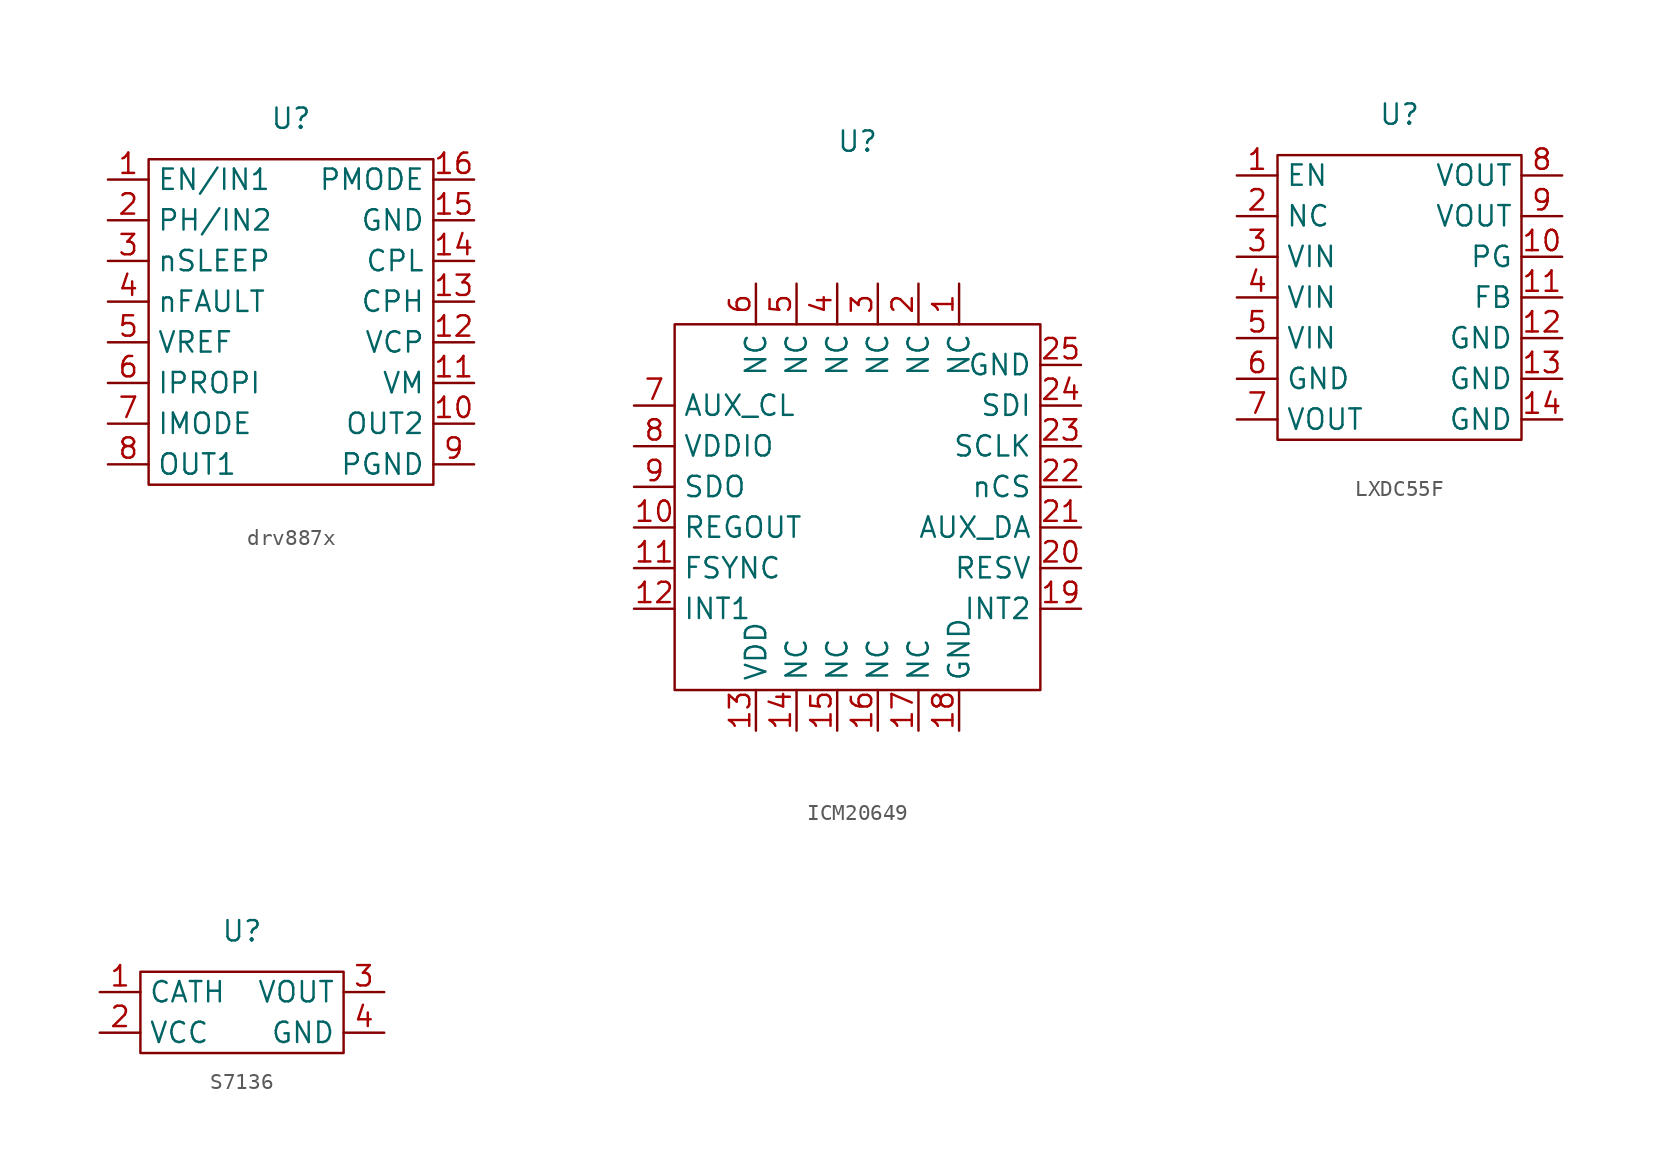
<source format=kicad_sym>
(kicad_symbol_lib
  (version 20220914)
  (generator kicad_symbol_editor)
  (symbol "drv887x"
    (property "Reference" "U"
      (at 0 12.7 0)
      (effects (font (size 1.27 1.27))))
    (property "Value" ""
      (at 0 0 0)
      (effects (font (size 1.27 1.27))))
    (symbol "drv887x_0_1"
      (rectangle (start -8.89 10.16) (end 8.89 -10.16) (stroke (width 0) (type default)) (fill (type none))))
    (symbol "drv887x_1_1"
      (pin passive line (at -11.43 8.89 0) (length 2.54) (name "EN/IN1" (effects (font (size 1.27 1.27)))) (number "1" (effects (font (size 1.27 1.27)))))
      (pin passive line (at 11.43 -6.35 180) (length 2.54) (name "OUT2" (effects (font (size 1.27 1.27)))) (number "10" (effects (font (size 1.27 1.27)))))
      (pin passive line (at 11.43 -3.81 180) (length 2.54) (name "VM" (effects (font (size 1.27 1.27)))) (number "11" (effects (font (size 1.27 1.27)))))
      (pin passive line (at 11.43 -1.27 180) (length 2.54) (name "VCP" (effects (font (size 1.27 1.27)))) (number "12" (effects (font (size 1.27 1.27)))))
      (pin passive line (at 11.43 1.27 180) (length 2.54) (name "CPH" (effects (font (size 1.27 1.27)))) (number "13" (effects (font (size 1.27 1.27)))))
      (pin passive line (at 11.43 3.81 180) (length 2.54) (name "CPL" (effects (font (size 1.27 1.27)))) (number "14" (effects (font (size 1.27 1.27)))))
      (pin passive line (at 11.43 6.35 180) (length 2.54) (name "GND" (effects (font (size 1.27 1.27)))) (number "15" (effects (font (size 1.27 1.27)))))
      (pin passive line (at 11.43 8.89 180) (length 2.54) (name "PMODE" (effects (font (size 1.27 1.27)))) (number "16" (effects (font (size 1.27 1.27)))))
      (pin passive line (at -11.43 6.35 0) (length 2.54) (name "PH/IN2" (effects (font (size 1.27 1.27)))) (number "2" (effects (font (size 1.27 1.27)))))
      (pin passive line (at -11.43 3.81 0) (length 2.54) (name "nSLEEP" (effects (font (size 1.27 1.27)))) (number "3" (effects (font (size 1.27 1.27)))))
      (pin passive line (at -11.43 1.27 0) (length 2.54) (name "nFAULT" (effects (font (size 1.27 1.27)))) (number "4" (effects (font (size 1.27 1.27)))))
      (pin passive line (at -11.43 -1.27 0) (length 2.54) (name "VREF" (effects (font (size 1.27 1.27)))) (number "5" (effects (font (size 1.27 1.27)))))
      (pin passive line (at -11.43 -3.81 0) (length 2.54) (name "IPROPI" (effects (font (size 1.27 1.27)))) (number "6" (effects (font (size 1.27 1.27)))))
      (pin passive line (at -11.43 -6.35 0) (length 2.54) (name "IMODE" (effects (font (size 1.27 1.27)))) (number "7" (effects (font (size 1.27 1.27)))))
      (pin passive line (at -11.43 -8.89 0) (length 2.54) (name "OUT1" (effects (font (size 1.27 1.27)))) (number "8" (effects (font (size 1.27 1.27)))))
      (pin passive line (at 11.43 -8.89 180) (length 2.54) (name "PGND" (effects (font (size 1.27 1.27)))) (number "9" (effects (font (size 1.27 1.27)))))))
  (symbol "ICM20649"
    (property "Reference" "U"
      (at 0 22.86 0)
      (effects (font (size 1.27 1.27))))
    (property "Value" ""
      (at 0 0 0)
      (effects (font (size 1.27 1.27))))
    (symbol "ICM20649_0_1"
      (rectangle (start -11.43 11.43) (end 11.43 -11.43) (stroke (width 0) (type default)) (fill (type none))))
    (symbol "ICM20649_1_1"
      (pin passive line (at 6.35 13.97 270) (length 2.54) (name "NC" (effects (font (size 1.27 1.27)))) (number "1" (effects (font (size 1.27 1.27)))))
      (pin passive line (at -13.97 -1.27 0) (length 2.54) (name "REGOUT" (effects (font (size 1.27 1.27)))) (number "10" (effects (font (size 1.27 1.27)))))
      (pin passive line (at -13.97 -3.81 0) (length 2.54) (name "FSYNC" (effects (font (size 1.27 1.27)))) (number "11" (effects (font (size 1.27 1.27)))))
      (pin passive line (at -13.97 -6.35 0) (length 2.54) (name "INT1" (effects (font (size 1.27 1.27)))) (number "12" (effects (font (size 1.27 1.27)))))
      (pin passive line (at -6.35 -13.97 90) (length 2.54) (name "VDD" (effects (font (size 1.27 1.27)))) (number "13" (effects (font (size 1.27 1.27)))))
      (pin passive line (at -3.81 -13.97 90) (length 2.54) (name "NC" (effects (font (size 1.27 1.27)))) (number "14" (effects (font (size 1.27 1.27)))))
      (pin passive line (at -1.27 -13.97 90) (length 2.54) (name "NC" (effects (font (size 1.27 1.27)))) (number "15" (effects (font (size 1.27 1.27)))))
      (pin passive line (at 1.27 -13.97 90) (length 2.54) (name "NC" (effects (font (size 1.27 1.27)))) (number "16" (effects (font (size 1.27 1.27)))))
      (pin passive line (at 3.81 -13.97 90) (length 2.54) (name "NC" (effects (font (size 1.27 1.27)))) (number "17" (effects (font (size 1.27 1.27)))))
      (pin passive line (at 6.35 -13.97 90) (length 2.54) (name "GND" (effects (font (size 1.27 1.27)))) (number "18" (effects (font (size 1.27 1.27)))))
      (pin passive line (at 13.97 -6.35 180) (length 2.54) (name "INT2" (effects (font (size 1.27 1.27)))) (number "19" (effects (font (size 1.27 1.27)))))
      (pin passive line (at 3.81 13.97 270) (length 2.54) (name "NC" (effects (font (size 1.27 1.27)))) (number "2" (effects (font (size 1.27 1.27)))))
      (pin passive line (at 13.97 -3.81 180) (length 2.54) (name "RESV" (effects (font (size 1.27 1.27)))) (number "20" (effects (font (size 1.27 1.27)))))
      (pin passive line (at 13.97 -1.27 180) (length 2.54) (name "AUX_DA" (effects (font (size 1.27 1.27)))) (number "21" (effects (font (size 1.27 1.27)))))
      (pin passive line (at 13.97 1.27 180) (length 2.54) (name "nCS" (effects (font (size 1.27 1.27)))) (number "22" (effects (font (size 1.27 1.27)))))
      (pin passive line (at 13.97 3.81 180) (length 2.54) (name "SCLK" (effects (font (size 1.27 1.27)))) (number "23" (effects (font (size 1.27 1.27)))))
      (pin passive line (at 13.97 6.35 180) (length 2.54) (name "SDI" (effects (font (size 1.27 1.27)))) (number "24" (effects (font (size 1.27 1.27)))))
      (pin input line (at 13.97 8.89 180) (length 2.54) (name "GND" (effects (font (size 1.27 1.27)))) (number "25" (effects (font (size 1.27 1.27)))))
      (pin passive line (at 1.27 13.97 270) (length 2.54) (name "NC" (effects (font (size 1.27 1.27)))) (number "3" (effects (font (size 1.27 1.27)))))
      (pin passive line (at -1.27 13.97 270) (length 2.54) (name "NC" (effects (font (size 1.27 1.27)))) (number "4" (effects (font (size 1.27 1.27)))))
      (pin passive line (at -3.81 13.97 270) (length 2.54) (name "NC" (effects (font (size 1.27 1.27)))) (number "5" (effects (font (size 1.27 1.27)))))
      (pin passive line (at -6.35 13.97 270) (length 2.54) (name "NC" (effects (font (size 1.27 1.27)))) (number "6" (effects (font (size 1.27 1.27)))))
      (pin passive line (at -13.97 6.35 0) (length 2.54) (name "AUX_CL" (effects (font (size 1.27 1.27)))) (number "7" (effects (font (size 1.27 1.27)))))
      (pin passive line (at -13.97 3.81 0) (length 2.54) (name "VDDIO" (effects (font (size 1.27 1.27)))) (number "8" (effects (font (size 1.27 1.27)))))
      (pin passive line (at -13.97 1.27 0) (length 2.54) (name "SDO" (effects (font (size 1.27 1.27)))) (number "9" (effects (font (size 1.27 1.27)))))))
  (symbol "LXDC55F"
    (property "Reference" "U"
      (at 0 11.43 0)
      (effects (font (size 1.27 1.27))))
    (property "Value" ""
      (at 0 0 0)
      (effects (font (size 1.27 1.27))))
    (symbol "LXDC55F_0_1"
      (rectangle (start -7.62 8.89) (end 7.62 -8.89) (stroke (width 0) (type default)) (fill (type none))))
    (symbol "LXDC55F_1_1"
      (pin passive line (at -10.16 7.62 0) (length 2.54) (name "EN" (effects (font (size 1.27 1.27)))) (number "1" (effects (font (size 1.27 1.27)))))
      (pin passive line (at 10.16 2.54 180) (length 2.54) (name "PG" (effects (font (size 1.27 1.27)))) (number "10" (effects (font (size 1.27 1.27)))))
      (pin passive line (at 10.16 0 180) (length 2.54) (name "FB" (effects (font (size 1.27 1.27)))) (number "11" (effects (font (size 1.27 1.27)))))
      (pin passive line (at 10.16 -2.54 180) (length 2.54) (name "GND" (effects (font (size 1.27 1.27)))) (number "12" (effects (font (size 1.27 1.27)))))
      (pin passive line (at 10.16 -5.08 180) (length 2.54) (name "GND" (effects (font (size 1.27 1.27)))) (number "13" (effects (font (size 1.27 1.27)))))
      (pin passive line (at 10.16 -7.62 180) (length 2.54) (name "GND" (effects (font (size 1.27 1.27)))) (number "14" (effects (font (size 1.27 1.27)))))
      (pin passive line (at -10.16 5.08 0) (length 2.54) (name "NC" (effects (font (size 1.27 1.27)))) (number "2" (effects (font (size 1.27 1.27)))))
      (pin passive line (at -10.16 2.54 0) (length 2.54) (name "VIN" (effects (font (size 1.27 1.27)))) (number "3" (effects (font (size 1.27 1.27)))))
      (pin passive line (at -10.16 0 0) (length 2.54) (name "VIN" (effects (font (size 1.27 1.27)))) (number "4" (effects (font (size 1.27 1.27)))))
      (pin passive line (at -10.16 -2.54 0) (length 2.54) (name "VIN" (effects (font (size 1.27 1.27)))) (number "5" (effects (font (size 1.27 1.27)))))
      (pin passive line (at -10.16 -5.08 0) (length 2.54) (name "GND" (effects (font (size 1.27 1.27)))) (number "6" (effects (font (size 1.27 1.27)))))
      (pin passive line (at -10.16 -7.62 0) (length 2.54) (name "VOUT" (effects (font (size 1.27 1.27)))) (number "7" (effects (font (size 1.27 1.27)))))
      (pin passive line (at 10.16 7.62 180) (length 2.54) (name "VOUT" (effects (font (size 1.27 1.27)))) (number "8" (effects (font (size 1.27 1.27)))))
      (pin passive line (at 10.16 5.08 180) (length 2.54) (name "VOUT" (effects (font (size 1.27 1.27)))) (number "9" (effects (font (size 1.27 1.27)))))))
  (symbol "S7136"
    (property "Reference" "U"
      (at 0 5.08 0)
      (effects (font (size 1.27 1.27))))
    (property "Value" ""
      (at 0 0 0)
      (effects (font (size 1.27 1.27))))
    (symbol "S7136_0_1"
      (rectangle (start -6.35 2.54) (end 6.35 -2.54) (stroke (width 0) (type default)) (fill (type none))))
    (symbol "S7136_1_1"
      (pin passive line (at -8.89 1.27 0) (length 2.54) (name "CATH" (effects (font (size 1.27 1.27)))) (number "1" (effects (font (size 1.27 1.27)))))
      (pin passive line (at -8.89 -1.27 0) (length 2.54) (name "VCC" (effects (font (size 1.27 1.27)))) (number "2" (effects (font (size 1.27 1.27)))))
      (pin passive line (at 8.89 1.27 180) (length 2.54) (name "VOUT" (effects (font (size 1.27 1.27)))) (number "3" (effects (font (size 1.27 1.27)))))
      (pin passive line (at 8.89 -1.27 180) (length 2.54) (name "GND" (effects (font (size 1.27 1.27)))) (number "4" (effects (font (size 1.27 1.27))))))))
</source>
